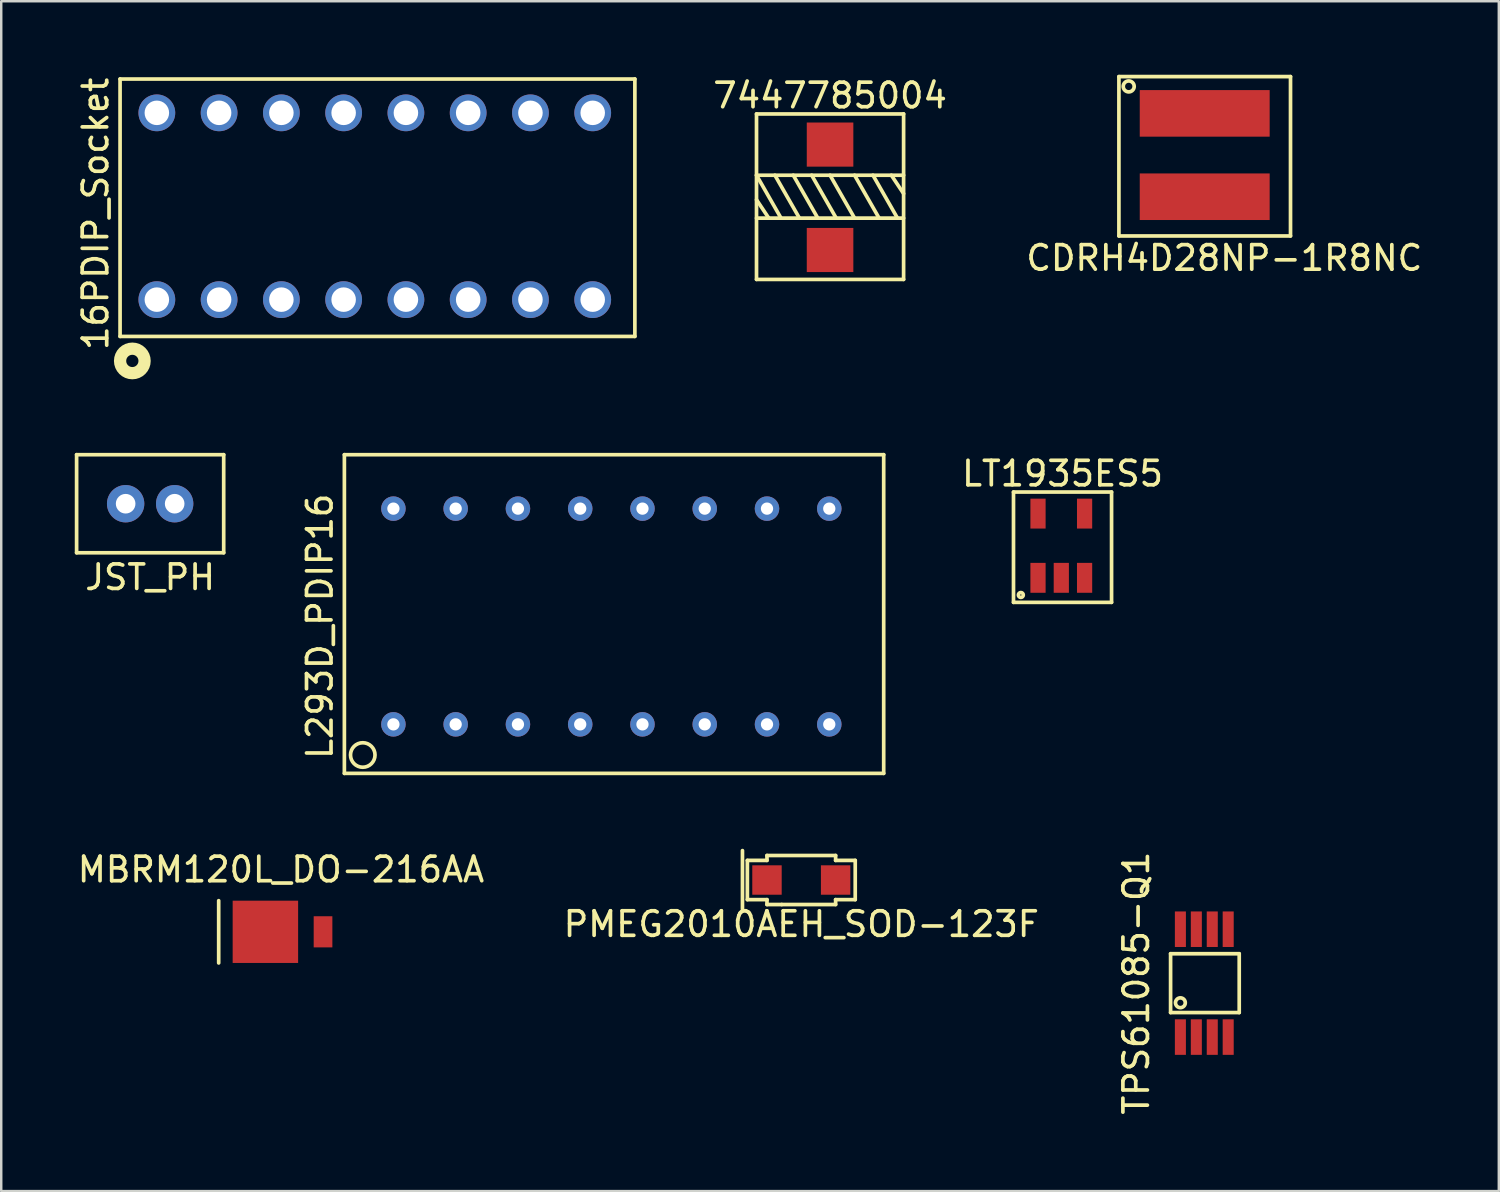
<source format=kicad_pcb>
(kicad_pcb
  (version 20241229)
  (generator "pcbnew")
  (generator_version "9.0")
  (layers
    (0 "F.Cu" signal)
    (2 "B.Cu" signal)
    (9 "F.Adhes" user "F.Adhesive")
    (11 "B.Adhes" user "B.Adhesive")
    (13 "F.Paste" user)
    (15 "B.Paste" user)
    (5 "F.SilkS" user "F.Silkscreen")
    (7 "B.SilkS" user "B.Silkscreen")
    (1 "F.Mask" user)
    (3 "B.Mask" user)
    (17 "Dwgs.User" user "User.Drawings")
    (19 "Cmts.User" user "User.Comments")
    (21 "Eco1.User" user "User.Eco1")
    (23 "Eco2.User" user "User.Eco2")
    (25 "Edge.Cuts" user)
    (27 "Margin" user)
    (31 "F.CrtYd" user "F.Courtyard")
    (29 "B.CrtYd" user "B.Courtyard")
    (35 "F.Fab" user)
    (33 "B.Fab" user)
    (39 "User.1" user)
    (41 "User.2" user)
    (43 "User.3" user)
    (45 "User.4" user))
  (footprint "JST_PH"
    (layer "F.Cu")
    (at 2.075 17.498)
    (property "Reference" "JST_PH" (at 1 3 0) (layer "F.SilkS") (effects (font (size 1 1) (thickness 0.15))))
    (attr through_hole)
    (fp_line (start -2 -2) (end 4 -2) (stroke (width 0.15) (type solid)) (layer "F.SilkS"))
    (fp_line (start -2 2) (end -2 -2) (stroke (width 0.15) (type solid)) (layer "F.SilkS"))
    (fp_line (start 4 -2) (end 4 2) (stroke (width 0.15) (type solid)) (layer "F.SilkS"))
    (fp_line (start 4 2) (end -2 2) (stroke (width 0.15) (type solid)) (layer "F.SilkS"))
    (pad "1" thru_hole circle (at 0 0) (size 1.524 1.524) (drill 0.8) (layers "*.Cu" "*.Mask"))
    (pad "2" thru_hole circle (at 2 0) (size 1.524 1.524) (drill 0.8) (layers "*.Cu" "*.Mask")))
  (footprint "16PDIP_Socket"
    (layer "F.Cu")
    (at 3.348 9.173)
    (property "Reference" "16PDIP_Socket" (at -2.5 -3.5 90) (layer "F.SilkS") (effects (font (size 1 1) (thickness 0.15))))
    (attr through_hole)
    (fp_line (start -1.5 -9) (end 19.5 -9) (stroke (width 0.15) (type solid)) (layer "F.SilkS"))
    (fp_line (start -1.5 1.5) (end -1.5 -9) (stroke (width 0.15) (type solid)) (layer "F.SilkS"))
    (fp_line (start -1.5 1.5) (end 19.5 1.5) (stroke (width 0.15) (type solid)) (layer "F.SilkS"))
    (fp_line (start 19.5 -9) (end 19.5 1.5) (stroke (width 0.15) (type solid)) (layer "F.SilkS"))
    (fp_circle (center -1 2.5) (end -0.5 2.5) (stroke (width 0.5) (type solid)) (fill no) (layer "F.SilkS"))
    (pad "1" thru_hole circle (at 0 0) (size 1.5 1.5) (drill 1) (layers "*.Cu" "*.Mask"))
    (pad "2" thru_hole circle (at 2.54 0) (size 1.5 1.5) (drill 1) (layers "*.Cu" "*.Mask"))
    (pad "3" thru_hole circle (at 5.08 0) (size 1.5 1.5) (drill 1) (layers "*.Cu" "*.Mask"))
    (pad "4" thru_hole circle (at 7.62 0) (size 1.5 1.5) (drill 1) (layers "*.Cu" "*.Mask"))
    (pad "5" thru_hole circle (at 10.16 0) (size 1.5 1.5) (drill 1) (layers "*.Cu" "*.Mask"))
    (pad "6" thru_hole circle (at 12.7 0) (size 1.5 1.5) (drill 1) (layers "*.Cu" "*.Mask"))
    (pad "7" thru_hole circle (at 15.24 0) (size 1.5 1.5) (drill 1) (layers "*.Cu" "*.Mask"))
    (pad "8" thru_hole circle (at 17.78 0) (size 1.5 1.5) (drill 1) (layers "*.Cu" "*.Mask"))
    (pad "9" thru_hole circle (at 17.78 -7.62) (size 1.5 1.5) (drill 1) (layers "*.Cu" "*.Mask"))
    (pad "10" thru_hole circle (at 15.24 -7.62) (size 1.5 1.5) (drill 1) (layers "*.Cu" "*.Mask"))
    (pad "11" thru_hole circle (at 12.7 -7.62) (size 1.5 1.5) (drill 1) (layers "*.Cu" "*.Mask"))
    (pad "12" thru_hole circle (at 10.16 -7.62) (size 1.5 1.5) (drill 1) (layers "*.Cu" "*.Mask"))
    (pad "13" thru_hole circle (at 7.62 -7.62) (size 1.5 1.5) (drill 1) (layers "*.Cu" "*.Mask"))
    (pad "14" thru_hole circle (at 5.08 -7.62) (size 1.5 1.5) (drill 1) (layers "*.Cu" "*.Mask"))
    (pad "15" thru_hole circle (at 2.54 -7.62) (size 1.5 1.5) (drill 1) (layers "*.Cu" "*.Mask"))
    (pad "16" thru_hole circle (at 0 -7.62) (size 1.5 1.5) (drill 1) (layers "*.Cu" "*.Mask")))
  (footprint "LT1935ES5"
    (layer "F.Cu")
    (at 39.293 20.521)
    (property "Reference" "LT1935ES5" (at 1 -4.25 0) (layer "F.SilkS") (effects (font (size 1 1) (thickness 0.15))))
    (attr through_hole)
    (fp_line (start -1 -3.5) (end 3 -3.5) (stroke (width 0.15) (type solid)) (layer "F.SilkS"))
    (fp_line (start -1 1) (end -1 -3.5) (stroke (width 0.15) (type solid)) (layer "F.SilkS"))
    (fp_line (start 3 -3.5) (end 3 1) (stroke (width 0.15) (type solid)) (layer "F.SilkS"))
    (fp_line (start 3 1) (end -1 1) (stroke (width 0.15) (type solid)) (layer "F.SilkS"))
    (fp_circle (center -0.7 0.7) (end -0.6 0.7) (stroke (width 0.15) (type solid)) (fill no) (layer "F.SilkS"))
    (pad "1" smd rect (at 0 0) (size 0.62 1.22) (layers "F.Cu" "F.Mask" "F.Paste"))
    (pad "2" smd rect (at 0.95 0) (size 0.62 1.22) (layers "F.Cu" "F.Mask" "F.Paste"))
    (pad "3" smd rect (at 1.9 0) (size 0.62 1.22) (layers "F.Cu" "F.Mask" "F.Paste"))
    (pad "4" smd rect (at 1.9 -2.62) (size 0.62 1.22) (layers "F.Cu" "F.Mask" "F.Paste"))
    (pad "5" smd rect (at 0 -2.62) (size 0.62 1.22) (layers "F.Cu" "F.Mask" "F.Paste")))
  (footprint "MBRM120L_DO-216AA"
    (layer "F.Cu")
    (at 7.776 34.961)
    (property "Reference" "MBRM120L_DO-216AA" (at 0.635 -2.54 0) (layer "F.SilkS") (effects (font (size 1 1) (thickness 0.15))))
    (attr through_hole)
    (fp_line (start -1.905 -1.27) (end -1.905 1.27) (stroke (width 0.15) (type solid)) (layer "F.SilkS"))
    (pad "1" smd rect (at 0 0) (size 2.67 2.54) (layers "F.Cu" "F.Mask" "F.Paste"))
    (pad "2" smd rect (at 2.351 0) (size 0.762 1.27) (layers "F.Cu" "F.Mask" "F.Paste")))
  (footprint "PMEG2010AEH_SOD-123F"
    (layer "F.Cu")
    (at 28.237 32.848)
    (property "Reference" "PMEG2010AEH_SOD-123F" (at 1.4 1.8 0) (layer "F.SilkS") (effects (font (size 1 1) (thickness 0.15))))
    (attr through_hole)
    (fp_line (start -1 -1.2) (end -1 1.2) (stroke (width 0.15) (type solid)) (layer "F.SilkS"))
    (fp_line (start -0.8 -0.8) (end 0 -0.8) (stroke (width 0.15) (type solid)) (layer "F.SilkS"))
    (fp_line (start -0.8 0.8) (end -0.8 -0.8) (stroke (width 0.15) (type solid)) (layer "F.SilkS"))
    (fp_line (start -0.8 0.8) (end 0 0.8) (stroke (width 0.15) (type solid)) (layer "F.SilkS"))
    (fp_line (start 0 -1) (end 2.8 -1) (stroke (width 0.15) (type solid)) (layer "F.SilkS"))
    (fp_line (start 0 -0.8) (end 0 -1) (stroke (width 0.15) (type solid)) (layer "F.SilkS"))
    (fp_line (start 0 1) (end 0 0.8) (stroke (width 0.15) (type solid)) (layer "F.SilkS"))
    (fp_line (start 0.6 1) (end 0 1) (stroke (width 0.15) (type solid)) (layer "F.SilkS"))
    (fp_line (start 2.8 -1) (end 2.8 -0.8) (stroke (width 0.15) (type solid)) (layer "F.SilkS"))
    (fp_line (start 2.8 -0.8) (end 3.6 -0.8) (stroke (width 0.15) (type solid)) (layer "F.SilkS"))
    (fp_line (start 2.8 0.8) (end 2.8 1) (stroke (width 0.15) (type solid)) (layer "F.SilkS"))
    (fp_line (start 2.8 1) (end 0.6 1) (stroke (width 0.15) (type solid)) (layer "F.SilkS"))
    (fp_line (start 3.6 -0.8) (end 3.6 0.8) (stroke (width 0.15) (type solid)) (layer "F.SilkS"))
    (fp_line (start 3.6 0.8) (end 2.8 0.8) (stroke (width 0.15) (type solid)) (layer "F.SilkS"))
    (pad "1" smd rect (at 0 0) (size 1.2 1.2) (layers "F.Cu" "F.Mask" "F.Paste"))
    (pad "2" smd rect (at 2.8 0) (size 1.2 1.2) (layers "F.Cu" "F.Mask" "F.Paste")))
  (footprint "L293D_PDIP16"
    (layer "F.Cu")
    (at 12.998 26.498)
    (property "Reference" "L293D_PDIP16" (at -3 -4 90) (layer "F.SilkS") (effects (font (size 1 1) (thickness 0.15))))
    (attr through_hole)
    (fp_line (start -2 -11) (end 20 -11) (stroke (width 0.15) (type solid)) (layer "F.SilkS"))
    (fp_line (start -2 2) (end -2 -11) (stroke (width 0.15) (type solid)) (layer "F.SilkS"))
    (fp_line (start 20 -11) (end 20 2) (stroke (width 0.15) (type solid)) (layer "F.SilkS"))
    (fp_line (start 20 2) (end -2 2) (stroke (width 0.15) (type solid)) (layer "F.SilkS"))
    (fp_circle (center -1.25 1.25) (end -0.75 1.25) (stroke (width 0.15) (type solid)) (fill no) (layer "F.SilkS"))
    (pad "1" thru_hole circle (at 0 0) (size 1 1) (drill 0.5) (layers "*.Cu" "*.Mask"))
    (pad "2" thru_hole circle (at 2.54 0) (size 1 1) (drill 0.5) (layers "*.Cu" "*.Mask"))
    (pad "3" thru_hole circle (at 5.08 0) (size 1 1) (drill 0.5) (layers "*.Cu" "*.Mask"))
    (pad "4" thru_hole circle (at 7.62 0) (size 1 1) (drill 0.5) (layers "*.Cu" "*.Mask"))
    (pad "5" thru_hole circle (at 10.16 0) (size 1 1) (drill 0.5) (layers "*.Cu" "*.Mask"))
    (pad "6" thru_hole circle (at 12.7 0) (size 1 1) (drill 0.5) (layers "*.Cu" "*.Mask"))
    (pad "7" thru_hole circle (at 15.24 0) (size 1 1) (drill 0.5) (layers "*.Cu" "*.Mask"))
    (pad "8" thru_hole circle (at 17.78 0) (size 1 1) (drill 0.5) (layers "*.Cu" "*.Mask"))
    (pad "9" thru_hole circle (at 17.78 -8.8) (size 1 1) (drill 0.5) (layers "*.Cu" "*.Mask"))
    (pad "10" thru_hole circle (at 15.24 -8.8) (size 1 1) (drill 0.5) (layers "*.Cu" "*.Mask"))
    (pad "11" thru_hole circle (at 12.7 -8.8) (size 1 1) (drill 0.5) (layers "*.Cu" "*.Mask"))
    (pad "12" thru_hole circle (at 10.16 -8.8) (size 1 1) (drill 0.5) (layers "*.Cu" "*.Mask"))
    (pad "13" thru_hole circle (at 7.62 -8.8) (size 1 1) (drill 0.5) (layers "*.Cu" "*.Mask"))
    (pad "14" thru_hole circle (at 5.08 -8.8) (size 1 1) (drill 0.5) (layers "*.Cu" "*.Mask"))
    (pad "15" thru_hole circle (at 2.54 -8.8) (size 1 1) (drill 0.5) (layers "*.Cu" "*.Mask"))
    (pad "16" thru_hole circle (at 0 -8.8) (size 1 1) (drill 0.5) (layers "*.Cu" "*.Mask")))
  (footprint "CDRH4D28NP-1R8NC"
    (layer "F.Cu")
    (at 46.093 1.575)
    (property "Reference" "CDRH4D28NP-1R8NC" (at 0.8 5.9 0) (layer "F.SilkS") (effects (font (size 1 1) (thickness 0.15))))
    (attr through_hole)
    (fp_line (start -3.5 -1.5) (end 3.5 -1.5) (stroke (width 0.15) (type solid)) (layer "F.SilkS"))
    (fp_line (start -3.5 5) (end -3.5 -1.5) (stroke (width 0.15) (type solid)) (layer "F.SilkS"))
    (fp_line (start 3.5 -1.5) (end 3.5 5) (stroke (width 0.15) (type solid)) (layer "F.SilkS"))
    (fp_line (start 3.5 5) (end -3.5 5) (stroke (width 0.15) (type solid)) (layer "F.SilkS"))
    (fp_circle (center -3.1 -1.1) (end -2.9 -1) (stroke (width 0.15) (type solid)) (fill no) (layer "F.SilkS"))
    (pad "1" smd rect (at 0 0) (size 5.3 1.9) (layers "F.Cu" "F.Mask" "F.Paste"))
    (pad "2" smd rect (at 0 3.4) (size 5.3 1.9) (layers "F.Cu" "F.Mask" "F.Paste")))
  (footprint "TPS61085-Q1"
    (layer "F.Cu")
    (at 45.101 39.255)
    (property "Reference" "TPS61085-Q1" (at -1.8 -2.2 90) (layer "F.SilkS") (effects (font (size 1 1) (thickness 0.15))))
    (attr through_hole)
    (fp_line (start -0.4 -3.4) (end 2.4 -3.4) (stroke (width 0.15) (type solid)) (layer "F.SilkS"))
    (fp_line (start -0.4 -1) (end -0.4 -3.4) (stroke (width 0.15) (type solid)) (layer "F.SilkS"))
    (fp_line (start 2.4 -3.4) (end 2.4 -1) (stroke (width 0.15) (type solid)) (layer "F.SilkS"))
    (fp_line (start 2.4 -1) (end -0.4 -1) (stroke (width 0.15) (type solid)) (layer "F.SilkS"))
    (fp_circle (center 0 -1.4) (end 0.2 -1.4) (stroke (width 0.15) (type solid)) (fill no) (layer "F.SilkS"))
    (pad "1" smd rect (at 0 0) (size 0.45 1.45) (layers "F.Cu" "F.Mask" "F.Paste"))
    (pad "2" smd rect (at 0.65 0) (size 0.45 1.45) (layers "F.Cu" "F.Mask" "F.Paste"))
    (pad "3" smd rect (at 1.3 0) (size 0.45 1.45) (layers "F.Cu" "F.Mask" "F.Paste"))
    (pad "4" smd rect (at 1.95 0) (size 0.45 1.45) (layers "F.Cu" "F.Mask" "F.Paste"))
    (pad "5" smd rect (at 1.95 -4.4) (size 0.45 1.45) (layers "F.Cu" "F.Mask" "F.Paste"))
    (pad "6" smd rect (at 1.3 -4.4) (size 0.45 1.45) (layers "F.Cu" "F.Mask" "F.Paste"))
    (pad "7" smd rect (at 0.65 -4.4) (size 0.45 1.45) (layers "F.Cu" "F.Mask" "F.Paste"))
    (pad "8" smd rect (at 0 -4.4) (size 0.45 1.45) (layers "F.Cu" "F.Mask" "F.Paste")))
  (footprint "7447785004"
    (layer "F.Cu")
    (at 30.81 2.848)
    (property "Reference" "7447785004" (at 0 -2 0) (layer "F.SilkS") (effects (font (size 1 1) (thickness 0.15))))
    (attr through_hole)
    (fp_line (start -3 -1.25) (end -3 5.5) (stroke (width 0.15) (type solid)) (layer "F.SilkS"))
    (fp_line (start -3 -1.25) (end 3 -1.25) (stroke (width 0.15) (type solid)) (layer "F.SilkS"))
    (fp_line (start -3 1.25) (end -2 3) (stroke (width 0.15) (type solid)) (layer "F.SilkS"))
    (fp_line (start -3 1.25) (end 3 1.25) (stroke (width 0.15) (type solid)) (layer "F.SilkS"))
    (fp_line (start -3 2.25) (end -2.5 3) (stroke (width 0.15) (type solid)) (layer "F.SilkS"))
    (fp_line (start -3 3) (end 3 3) (stroke (width 0.15) (type solid)) (layer "F.SilkS"))
    (fp_line (start -3 5.5) (end 3 5.5) (stroke (width 0.15) (type solid)) (layer "F.SilkS"))
    (fp_line (start -2.25 1.25) (end -1.25 3) (stroke (width 0.15) (type solid)) (layer "F.SilkS"))
    (fp_line (start -1.5 1.25) (end -0.5 3) (stroke (width 0.15) (type solid)) (layer "F.SilkS"))
    (fp_line (start -0.75 1.25) (end 0.25 3) (stroke (width 0.15) (type solid)) (layer "F.SilkS"))
    (fp_line (start 0 1.25) (end 1 3) (stroke (width 0.15) (type solid)) (layer "F.SilkS"))
    (fp_line (start 1 1.25) (end 2 3) (stroke (width 0.15) (type solid)) (layer "F.SilkS"))
    (fp_line (start 1.75 1.25) (end 2.75 3) (stroke (width 0.15) (type solid)) (layer "F.SilkS"))
    (fp_line (start 2.5 1.25) (end 3 2) (stroke (width 0.15) (type solid)) (layer "F.SilkS"))
    (fp_line (start 3 -1.25) (end 3 5.5) (stroke (width 0.15) (type solid)) (layer "F.SilkS"))
    (pad "1" smd rect (at 0 0) (size 1.9 1.8) (layers "F.Cu" "F.Mask" "F.Paste"))
    (pad "2" smd rect (at 0 4.3) (size 1.9 1.8) (layers "F.Cu" "F.Mask" "F.Paste")))
  (gr_rect
    (start -3 -3)
    (end 58.09 45.537)
    (stroke (width 0.1) (type default))
    (fill no)
    (layer "Edge.Cuts")))
</source>
